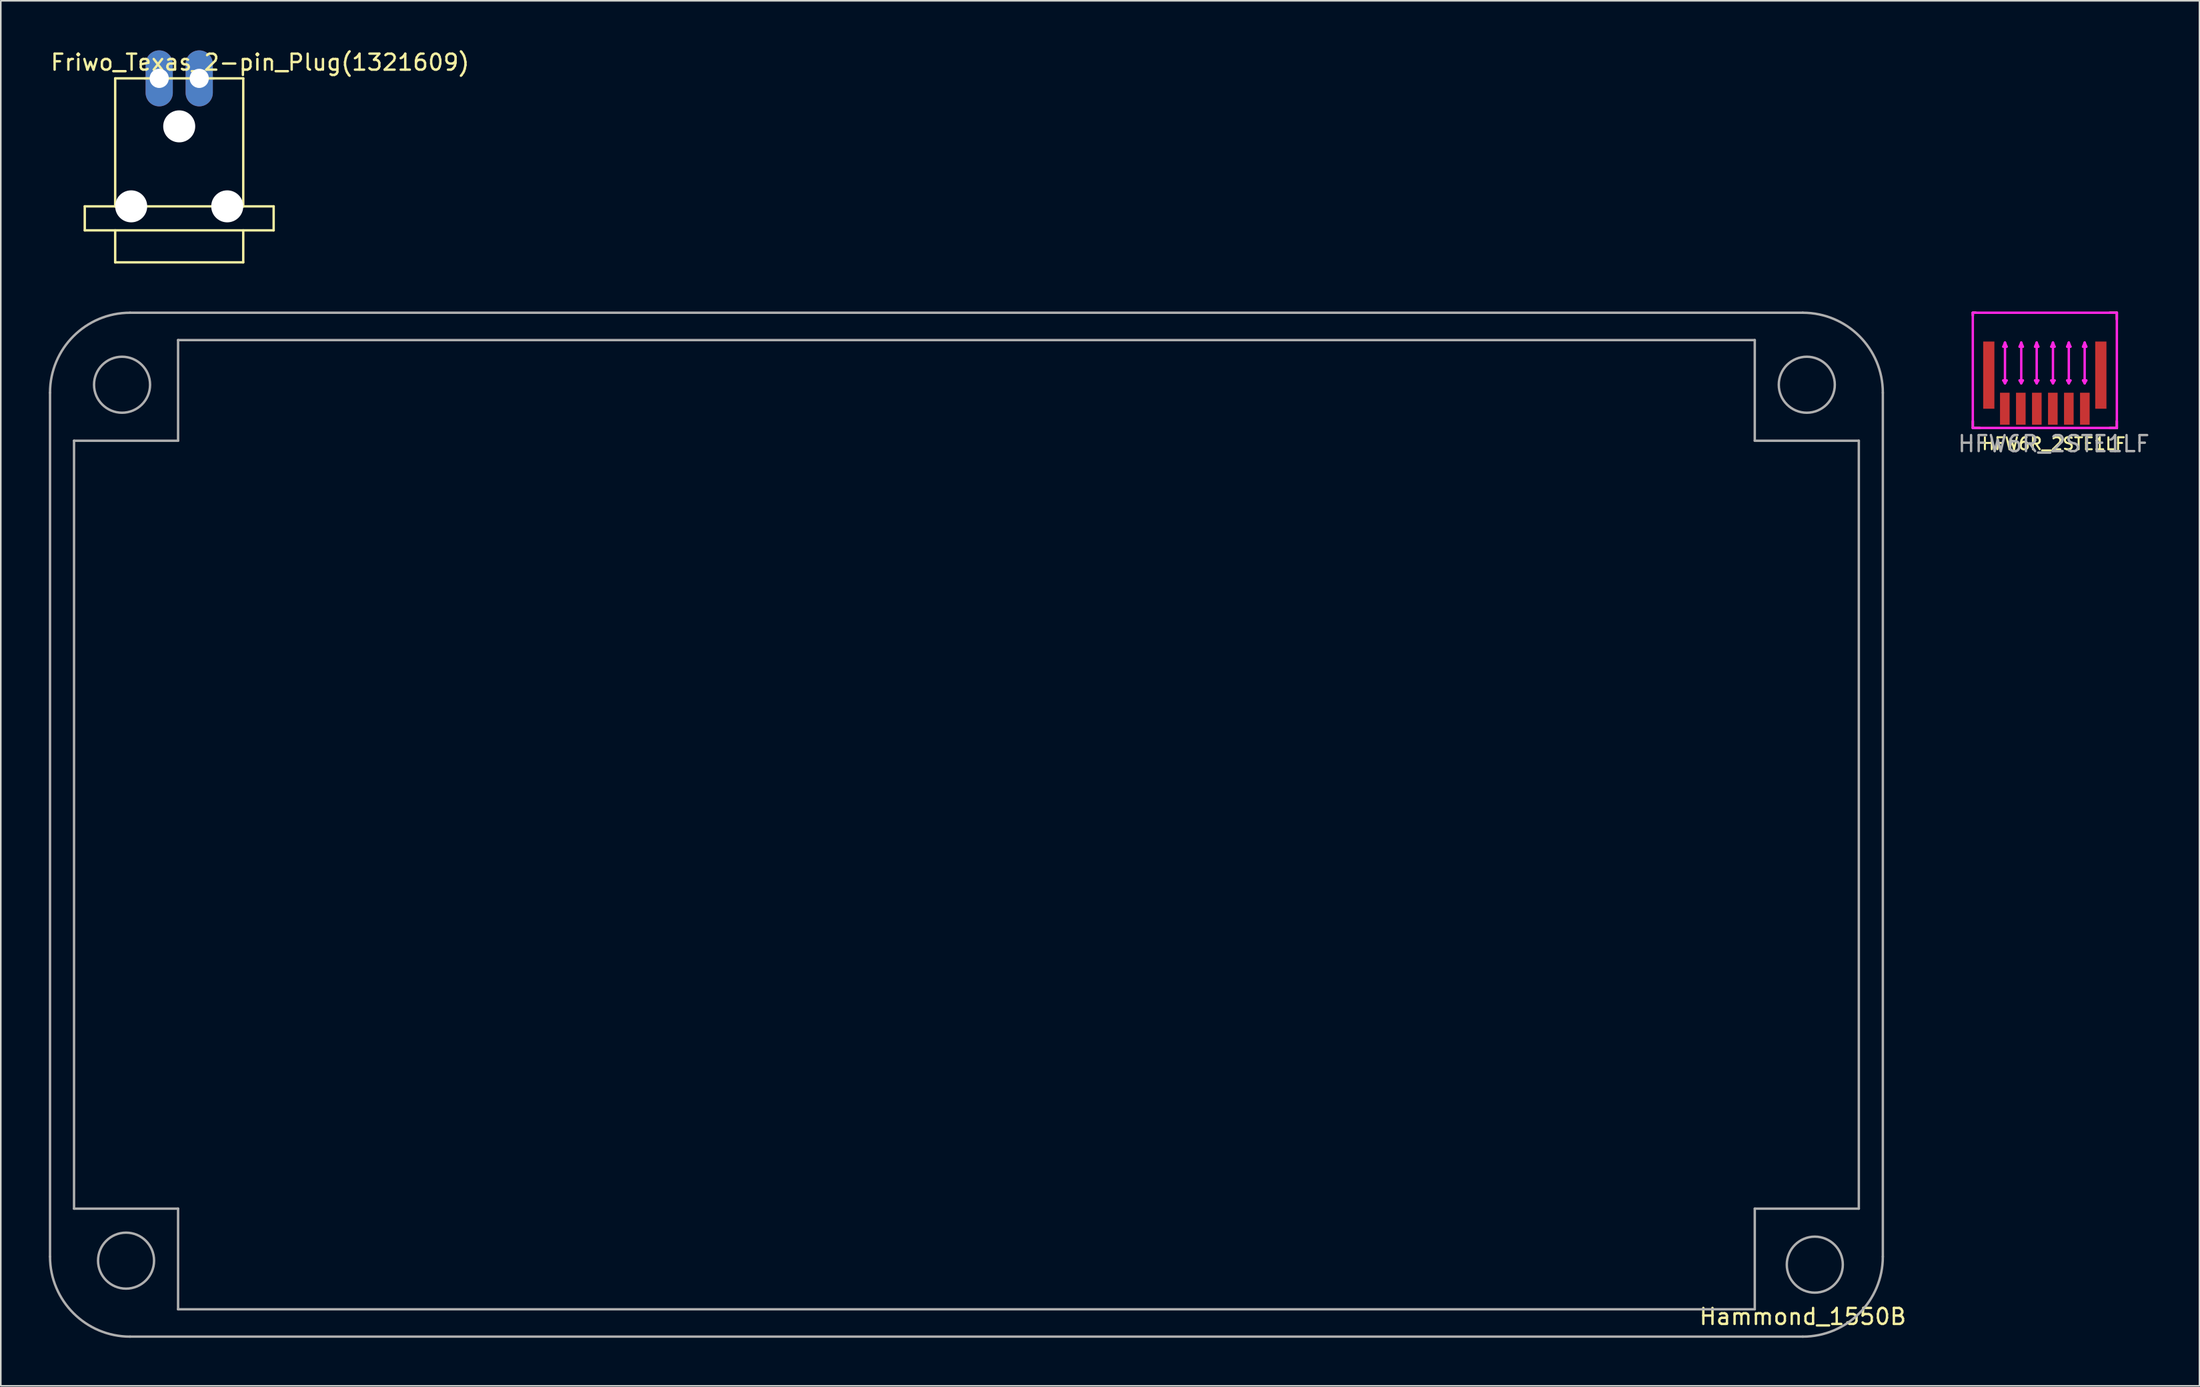
<source format=kicad_pcb>
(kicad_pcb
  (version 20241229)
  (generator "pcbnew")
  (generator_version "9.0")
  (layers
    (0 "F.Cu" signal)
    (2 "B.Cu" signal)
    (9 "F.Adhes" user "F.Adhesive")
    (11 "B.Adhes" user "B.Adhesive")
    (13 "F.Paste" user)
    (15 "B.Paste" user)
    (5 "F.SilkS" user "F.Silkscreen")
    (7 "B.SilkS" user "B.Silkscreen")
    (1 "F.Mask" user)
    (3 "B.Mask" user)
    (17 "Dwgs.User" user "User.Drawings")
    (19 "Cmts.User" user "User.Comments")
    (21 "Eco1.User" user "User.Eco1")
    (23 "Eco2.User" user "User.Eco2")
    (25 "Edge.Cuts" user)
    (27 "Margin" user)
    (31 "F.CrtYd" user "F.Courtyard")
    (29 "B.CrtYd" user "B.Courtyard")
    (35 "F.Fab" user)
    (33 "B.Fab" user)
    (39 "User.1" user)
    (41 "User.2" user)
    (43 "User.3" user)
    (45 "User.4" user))
  (footprint "Friwo_Texas_2-pin_Plug(1321609)"
    (layer "F.Cu")
    (at 8.146 1.848)
    (property "Reference" "Friwo_Texas_2-pin_Plug(1321609)" (at 5.05 -1 0) (layer "F.SilkS") (effects (font (size 1 1) (thickness 0.15))))
    (attr through_hole)
    (fp_line (start -5.9 8) (end -5.9 9.5) (stroke (width 0.15) (type solid)) (layer "F.SilkS"))
    (fp_line (start -4 0) (end -4 8) (stroke (width 0.15) (type solid)) (layer "F.SilkS"))
    (fp_line (start -4 0) (end -2.15 0) (stroke (width 0.15) (type solid)) (layer "F.SilkS"))
    (fp_line (start -4 8) (end -5.9 8) (stroke (width 0.15) (type solid)) (layer "F.SilkS"))
    (fp_line (start -4 8) (end 4 8) (stroke (width 0.15) (type solid)) (layer "F.SilkS"))
    (fp_line (start -4 9.5) (end -4 11.5) (stroke (width 0.15) (type solid)) (layer "F.SilkS"))
    (fp_line (start -4 11.5) (end 4 11.5) (stroke (width 0.15) (type solid)) (layer "F.SilkS"))
    (fp_line (start -2.15 0) (end 2.15 0) (stroke (width 0.15) (type solid)) (layer "F.SilkS"))
    (fp_line (start 4 0) (end 2.15 0) (stroke (width 0.15) (type solid)) (layer "F.SilkS"))
    (fp_line (start 4 0) (end 4 8) (stroke (width 0.15) (type solid)) (layer "F.SilkS"))
    (fp_line (start 4 8) (end 5.9 8) (stroke (width 0.15) (type solid)) (layer "F.SilkS"))
    (fp_line (start 4 11.5) (end 4 9.5) (stroke (width 0.15) (type solid)) (layer "F.SilkS"))
    (fp_line (start 5.9 8) (end 5.9 9.5) (stroke (width 0.15) (type solid)) (layer "F.SilkS"))
    (fp_line (start 5.9 9.5) (end -5.9 9.5) (stroke (width 0.15) (type solid)) (layer "F.SilkS"))
    (pad "" np_thru_hole circle (at -3 8) (size 2 2) (drill 2) (layers "*.Cu" "*.Mask"))
    (pad "" np_thru_hole circle (at 0 3) (size 2 2) (drill 2) (layers "*.Cu" "*.Mask"))
    (pad "" np_thru_hole circle (at 3 8) (size 2 2) (drill 2) (layers "*.Cu" "*.Mask"))
    (pad "1" thru_hole oval (at 1.25 0) (size 1.7 3.5) (drill 1.2) (layers "*.Cu" "*.Mask"))
    (pad "2" thru_hole oval (at -1.25 0) (size 1.7 3.5) (drill 1.2) (layers "*.Cu" "*.Mask")))
  (footprint "HFW6R_2STE1LF"
    (layer "F.Cu")
    (at 124.695 21.998)
    (property "Reference" "HFW6R_2STE1LF" (at 0.559 2.692 0) (layer "F.SilkS") (effects (font (size 0.75 0.75) (thickness 0.125))))
    (attr through_hole)
    (fp_line (start -4.496 -5.486) (end -4.496 -5.334) (stroke (width 0.15) (type solid)) (layer "F.SilkS"))
    (fp_line (start -4.496 1.702) (end -4.496 1.27) (stroke (width 0.15) (type solid)) (layer "F.SilkS"))
    (fp_line (start -4.318 -5.5) (end -4.5 -5.5) (stroke (width 0.15) (type solid)) (layer "F.SilkS"))
    (fp_line (start -4.064 1.702) (end -4.496 1.702) (stroke (width 0.15) (type solid)) (layer "F.SilkS"))
    (fp_line (start 4.064 -5.5) (end 4.5 -5.5) (stroke (width 0.15) (type solid)) (layer "F.SilkS"))
    (fp_line (start 4.064 1.702) (end 4.5 1.702) (stroke (width 0.15) (type solid)) (layer "F.SilkS"))
    (fp_line (start 4.5 -5.5) (end 4.5 -5.08) (stroke (width 0.15) (type solid)) (layer "F.SilkS"))
    (fp_line (start 4.5 1.702) (end 4.5 1.27) (stroke (width 0.15) (type solid)) (layer "F.SilkS"))
    (fp_line (start -4.5 -5.5) (end -4.5 1.7) (stroke (width 0.15) (type solid)) (layer "F.CrtYd"))
    (fp_line (start -4.5 -5.5) (end 4.5 -5.5) (stroke (width 0.15) (type solid)) (layer "F.CrtYd"))
    (fp_line (start -2.591 -3.378) (end -2.388 -3.378) (stroke (width 0.15) (type solid)) (layer "F.CrtYd"))
    (fp_line (start -2.591 -1.27) (end -2.388 -1.27) (stroke (width 0.15) (type solid)) (layer "F.CrtYd"))
    (fp_line (start -2.489 -3.632) (end -2.591 -3.378) (stroke (width 0.15) (type solid)) (layer "F.CrtYd"))
    (fp_line (start -2.489 -1.092) (end -2.591 -1.27) (stroke (width 0.15) (type solid)) (layer "F.CrtYd"))
    (fp_line (start -2.489 -1.092) (end -2.489 -3.632) (stroke (width 0.15) (type solid)) (layer "F.CrtYd"))
    (fp_line (start -2.388 -3.378) (end -2.489 -3.632) (stroke (width 0.15) (type solid)) (layer "F.CrtYd"))
    (fp_line (start -2.388 -1.27) (end -2.489 -1.092) (stroke (width 0.15) (type solid)) (layer "F.CrtYd"))
    (fp_line (start -1.575 -3.378) (end -1.372 -3.378) (stroke (width 0.15) (type solid)) (layer "F.CrtYd"))
    (fp_line (start -1.575 -1.27) (end -1.372 -1.27) (stroke (width 0.15) (type solid)) (layer "F.CrtYd"))
    (fp_line (start -1.473 -3.632) (end -1.575 -3.378) (stroke (width 0.15) (type solid)) (layer "F.CrtYd"))
    (fp_line (start -1.473 -1.092) (end -1.575 -1.27) (stroke (width 0.15) (type solid)) (layer "F.CrtYd"))
    (fp_line (start -1.473 -1.092) (end -1.473 -3.632) (stroke (width 0.15) (type solid)) (layer "F.CrtYd"))
    (fp_line (start -1.372 -3.378) (end -1.473 -3.632) (stroke (width 0.15) (type solid)) (layer "F.CrtYd"))
    (fp_line (start -1.372 -1.27) (end -1.473 -1.092) (stroke (width 0.15) (type solid)) (layer "F.CrtYd"))
    (fp_line (start -0.61 -3.378) (end -0.406 -3.378) (stroke (width 0.15) (type solid)) (layer "F.CrtYd"))
    (fp_line (start -0.61 -1.27) (end -0.406 -1.27) (stroke (width 0.15) (type solid)) (layer "F.CrtYd"))
    (fp_line (start -0.508 -3.632) (end -0.61 -3.378) (stroke (width 0.15) (type solid)) (layer "F.CrtYd"))
    (fp_line (start -0.508 -1.092) (end -0.61 -1.27) (stroke (width 0.15) (type solid)) (layer "F.CrtYd"))
    (fp_line (start -0.508 -1.092) (end -0.508 -3.632) (stroke (width 0.15) (type solid)) (layer "F.CrtYd"))
    (fp_line (start -0.406 -3.378) (end -0.508 -3.632) (stroke (width 0.15) (type solid)) (layer "F.CrtYd"))
    (fp_line (start -0.406 -1.27) (end -0.508 -1.092) (stroke (width 0.15) (type solid)) (layer "F.CrtYd"))
    (fp_line (start 0.406 -3.378) (end 0.61 -3.378) (stroke (width 0.15) (type solid)) (layer "F.CrtYd"))
    (fp_line (start 0.406 -1.27) (end 0.61 -1.27) (stroke (width 0.15) (type solid)) (layer "F.CrtYd"))
    (fp_line (start 0.508 -3.632) (end 0.406 -3.378) (stroke (width 0.15) (type solid)) (layer "F.CrtYd"))
    (fp_line (start 0.508 -1.092) (end 0.406 -1.27) (stroke (width 0.15) (type solid)) (layer "F.CrtYd"))
    (fp_line (start 0.508 -1.092) (end 0.508 -3.632) (stroke (width 0.15) (type solid)) (layer "F.CrtYd"))
    (fp_line (start 0.61 -3.378) (end 0.508 -3.632) (stroke (width 0.15) (type solid)) (layer "F.CrtYd"))
    (fp_line (start 0.61 -1.27) (end 0.508 -1.092) (stroke (width 0.15) (type solid)) (layer "F.CrtYd"))
    (fp_line (start 1.397 -3.378) (end 1.6 -3.378) (stroke (width 0.15) (type solid)) (layer "F.CrtYd"))
    (fp_line (start 1.397 -1.27) (end 1.6 -1.27) (stroke (width 0.15) (type solid)) (layer "F.CrtYd"))
    (fp_line (start 1.499 -3.632) (end 1.397 -3.378) (stroke (width 0.15) (type solid)) (layer "F.CrtYd"))
    (fp_line (start 1.499 -1.092) (end 1.397 -1.27) (stroke (width 0.15) (type solid)) (layer "F.CrtYd"))
    (fp_line (start 1.499 -1.092) (end 1.499 -3.632) (stroke (width 0.15) (type solid)) (layer "F.CrtYd"))
    (fp_line (start 1.6 -3.378) (end 1.499 -3.632) (stroke (width 0.15) (type solid)) (layer "F.CrtYd"))
    (fp_line (start 1.6 -1.27) (end 1.499 -1.092) (stroke (width 0.15) (type solid)) (layer "F.CrtYd"))
    (fp_line (start 2.388 -3.378) (end 2.591 -3.378) (stroke (width 0.15) (type solid)) (layer "F.CrtYd"))
    (fp_line (start 2.388 -1.27) (end 2.591 -1.27) (stroke (width 0.15) (type solid)) (layer "F.CrtYd"))
    (fp_line (start 2.489 -3.632) (end 2.388 -3.378) (stroke (width 0.15) (type solid)) (layer "F.CrtYd"))
    (fp_line (start 2.489 -1.092) (end 2.388 -1.27) (stroke (width 0.15) (type solid)) (layer "F.CrtYd"))
    (fp_line (start 2.489 -1.092) (end 2.489 -3.632) (stroke (width 0.15) (type solid)) (layer "F.CrtYd"))
    (fp_line (start 2.591 -3.378) (end 2.489 -3.632) (stroke (width 0.15) (type solid)) (layer "F.CrtYd"))
    (fp_line (start 2.591 -1.27) (end 2.489 -1.092) (stroke (width 0.15) (type solid)) (layer "F.CrtYd"))
    (fp_line (start 4.5 1.7) (end -4.5 1.7) (stroke (width 0.15) (type solid)) (layer "F.CrtYd"))
    (fp_line (start 4.5 1.7) (end 4.5 -5.5) (stroke (width 0.15) (type solid)) (layer "F.CrtYd"))
    (fp_text user "${REFERENCE}" (at 0.559 2.692 0) (layer "F.Fab") (effects (font (size 1 1) (thickness 0.15))))
    (pad "1" smd rect (at -2.5 0.5) (size 0.6 2) (layers "F.Cu" "F.Mask" "F.Paste"))
    (pad "2" smd rect (at -1.5 0.5) (size 0.6 2) (layers "F.Cu" "F.Mask" "F.Paste"))
    (pad "3" smd rect (at -0.5 0.5) (size 0.6 2) (layers "F.Cu" "F.Mask" "F.Paste"))
    (pad "4" smd rect (at 0.5 0.5) (size 0.6 2) (layers "F.Cu" "F.Mask" "F.Paste"))
    (pad "5" smd rect (at 1.5 0.5) (size 0.6 2) (layers "F.Cu" "F.Mask" "F.Paste"))
    (pad "6" smd rect (at 2.5 0.5) (size 0.6 2) (layers "F.Cu" "F.Mask" "F.Paste"))
    (pad "7" smd rect (at -3.5 -1.6) (size 0.7 4.2) (layers "F.Cu" "F.Mask" "F.Paste"))
    (pad "7" smd rect (at 3.5 -1.6) (size 0.7 4.2) (layers "F.Cu" "F.Mask" "F.Paste")))
  (footprint "Hammond_1550B"
    (layer "F.Cu")
    (at 57.325 48.498)
    (property "Reference" "Hammond_1550B" (at 52.25 30.75 0) (layer "F.SilkS") (effects (font (size 1 1) (thickness 0.15))))
    (attr through_hole)
    (fp_line (start -57.25 -27) (end -57.25 27) (stroke (width 0.15) (type solid)) (layer "F.Fab"))
    (fp_line (start -55.75 -24) (end -55.75 24) (stroke (width 0.15) (type solid)) (layer "F.Fab"))
    (fp_line (start -55.75 -24) (end -49.25 -24) (stroke (width 0.15) (type solid)) (layer "F.Fab"))
    (fp_line (start -55.75 24) (end -49.25 24) (stroke (width 0.15) (type solid)) (layer "F.Fab"))
    (fp_line (start -52.25 32) (end 52.25 32) (stroke (width 0.15) (type solid)) (layer "F.Fab"))
    (fp_line (start -49.25 -24) (end -49.25 -30.29) (stroke (width 0.15) (type solid)) (layer "F.Fab"))
    (fp_line (start -49.25 24) (end -49.25 30.29) (stroke (width 0.15) (type solid)) (layer "F.Fab"))
    (fp_line (start 49.25 -30.29) (end -49.25 -30.29) (stroke (width 0.15) (type solid)) (layer "F.Fab"))
    (fp_line (start 49.25 -24) (end 49.25 -30.29) (stroke (width 0.15) (type solid)) (layer "F.Fab"))
    (fp_line (start 49.25 24) (end 49.25 30.29) (stroke (width 0.15) (type solid)) (layer "F.Fab"))
    (fp_line (start 49.25 30.29) (end -49.25 30.29) (stroke (width 0.15) (type solid)) (layer "F.Fab"))
    (fp_line (start 52.25 -32) (end -52.25 -32) (stroke (width 0.15) (type solid)) (layer "F.Fab"))
    (fp_line (start 55.75 -24) (end 49.25 -24) (stroke (width 0.15) (type solid)) (layer "F.Fab"))
    (fp_line (start 55.75 -24) (end 55.75 24) (stroke (width 0.15) (type solid)) (layer "F.Fab"))
    (fp_line (start 55.75 24) (end 49.25 24) (stroke (width 0.15) (type solid)) (layer "F.Fab"))
    (fp_line (start 57.25 27) (end 57.25 -27) (stroke (width 0.15) (type solid)) (layer "F.Fab"))
    (fp_arc (start -57.25 -27) (mid -55.785534 -30.535534) (end -52.25 -32) (stroke (width 0.15) (type solid)) (layer "F.Fab"))
    (fp_arc (start -52.25 32) (mid -55.785534 30.535534) (end -57.25 27) (stroke (width 0.15) (type solid)) (layer "F.Fab"))
    (fp_arc (start 52.25 -32) (mid 55.785534 -30.535534) (end 57.25 -27) (stroke (width 0.15) (type solid)) (layer "F.Fab"))
    (fp_arc (start 57.25 27) (mid 55.785534 30.535534) (end 52.25 32) (stroke (width 0.15) (type solid)) (layer "F.Fab"))
    (fp_circle (center -52.75 -27.5) (end -51 -27.5) (stroke (width 0.15) (type solid)) (fill no) (layer "F.Fab"))
    (fp_circle (center -52.5 27.25) (end -50.75 27.25) (stroke (width 0.15) (type solid)) (fill no) (layer "F.Fab"))
    (fp_circle (center 52.5 -27.5) (end 54.25 -27.5) (stroke (width 0.15) (type solid)) (fill no) (layer "F.Fab"))
    (fp_circle (center 53 27.5) (end 54.75 27.5) (stroke (width 0.15) (type solid)) (fill no) (layer "F.Fab")))
  (gr_rect
    (start -3 -3)
    (end 134.355 83.573)
    (stroke (width 0.1) (type default))
    (fill no)
    (layer "Edge.Cuts")))
</source>
